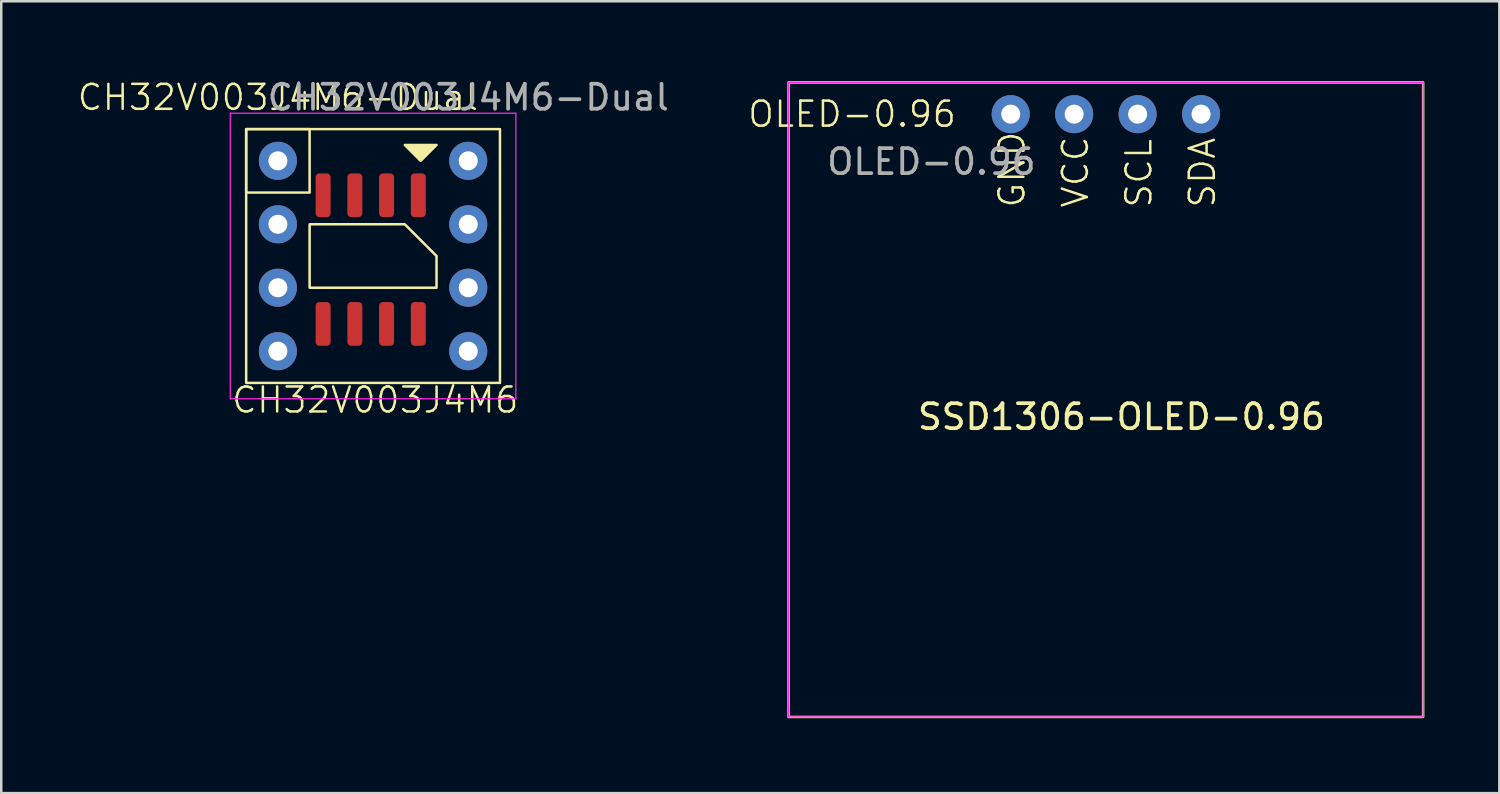
<source format=kicad_pcb>
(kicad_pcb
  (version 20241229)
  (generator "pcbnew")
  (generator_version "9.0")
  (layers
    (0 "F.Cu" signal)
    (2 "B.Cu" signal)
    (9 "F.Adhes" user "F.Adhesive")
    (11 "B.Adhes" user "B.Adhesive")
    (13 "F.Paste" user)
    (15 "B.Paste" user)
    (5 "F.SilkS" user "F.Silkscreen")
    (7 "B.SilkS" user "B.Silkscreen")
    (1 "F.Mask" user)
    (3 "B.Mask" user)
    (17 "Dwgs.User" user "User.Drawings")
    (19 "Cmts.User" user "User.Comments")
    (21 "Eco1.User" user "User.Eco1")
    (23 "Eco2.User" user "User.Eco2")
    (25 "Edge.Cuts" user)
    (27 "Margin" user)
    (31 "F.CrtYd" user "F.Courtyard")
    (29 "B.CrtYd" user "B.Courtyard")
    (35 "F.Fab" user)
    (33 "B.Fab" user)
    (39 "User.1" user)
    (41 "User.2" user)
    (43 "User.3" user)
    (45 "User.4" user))
  (footprint "CH32V003J4M6-Dual"
    (layer "F.Cu")
    (at 8.074 3.388)
    (property "Reference" "CH32V003J4M6-Dual" (at 0 -2.54 0) (unlocked yes) (layer "F.SilkS") (effects (font (size 1 1) (thickness 0.1))))
    (attr through_hole)
    (fp_rect (start -1.27 -1.27) (end 1.27 1.27) (stroke (width 0.1) (type default)) (fill no) (layer "F.SilkS"))
    (fp_rect (start -1.27 -1.27) (end 8.89 8.89) (stroke (width 0.1) (type default)) (fill no) (layer "F.SilkS"))
    (fp_poly (pts (xy 5.715 0) (xy 5.08 -0.635) (xy 6.35 -0.635)) (stroke (width 0.1) (type solid)) (fill yes) (layer "F.SilkS"))
    (fp_poly (pts (xy 1.27 2.54) (xy 5.08 2.54) (xy 6.35 3.81) (xy 6.35 5.08) (xy 1.27 5.08)) (stroke (width 0.1) (type solid)) (fill no) (layer "F.SilkS"))
    (fp_line (start -1.905 -1.905) (end 9.525 -1.905) (stroke (width 0.05) (type default)) (layer "F.CrtYd"))
    (fp_line (start -1.905 9.525) (end -1.905 -1.905) (stroke (width 0.05) (type default)) (layer "F.CrtYd"))
    (fp_line (start 9.525 -1.905) (end 9.525 9.525) (stroke (width 0.05) (type default)) (layer "F.CrtYd"))
    (fp_line (start 9.525 9.525) (end -1.905 9.525) (stroke (width 0.05) (type default)) (layer "F.CrtYd"))
    (fp_text user "CH32V003J4M6" (at -1.905 10.16 0) (unlocked yes) (layer "F.SilkS") (effects (font (size 1 1) (thickness 0.1)) (justify left bottom)))
    (fp_text user "${REFERENCE}" (at 7.62 -2.54 0) (unlocked yes) (layer "F.Fab") (effects (font (size 1 1) (thickness 0.15))))
    (pad "1" thru_hole circle (at 0 0) (size 1.524 1.524) (drill 0.762) (layers "*.Cu" "*.Mask"))
    (pad "1" smd roundrect (at 5.621 1.379 270) (size 1.75 0.6) (layers "F.Cu" "F.Mask" "F.Paste") (roundrect_rratio 0.25))
    (pad "2" thru_hole circle (at 0 2.54) (size 1.524 1.524) (drill 0.762) (layers "*.Cu" "*.Mask"))
    (pad "2" smd roundrect (at 4.351 1.379 270) (size 1.75 0.6) (layers "F.Cu" "F.Mask" "F.Paste") (roundrect_rratio 0.25))
    (pad "3" thru_hole circle (at 0 5.08) (size 1.524 1.524) (drill 0.762) (layers "*.Cu" "*.Mask"))
    (pad "3" smd roundrect (at 3.081 1.379 270) (size 1.75 0.6) (layers "F.Cu" "F.Mask" "F.Paste") (roundrect_rratio 0.25))
    (pad "4" thru_hole circle (at 0 7.62) (size 1.524 1.524) (drill 0.762) (layers "*.Cu" "*.Mask"))
    (pad "4" smd roundrect (at 1.811 1.379 270) (size 1.75 0.6) (layers "F.Cu" "F.Mask" "F.Paste") (roundrect_rratio 0.25))
    (pad "5" smd roundrect (at 1.811 6.529 270) (size 1.75 0.6) (layers "F.Cu" "F.Mask" "F.Paste") (roundrect_rratio 0.25))
    (pad "5" thru_hole circle (at 7.62 7.62) (size 1.524 1.524) (drill 0.762) (layers "*.Cu" "*.Mask"))
    (pad "6" smd roundrect (at 3.081 6.529 270) (size 1.75 0.6) (layers "F.Cu" "F.Mask" "F.Paste") (roundrect_rratio 0.25))
    (pad "6" thru_hole circle (at 7.62 5.08) (size 1.524 1.524) (drill 0.762) (layers "*.Cu" "*.Mask"))
    (pad "7" smd roundrect (at 4.351 6.529 270) (size 1.75 0.6) (layers "F.Cu" "F.Mask" "F.Paste") (roundrect_rratio 0.25))
    (pad "7" thru_hole circle (at 7.62 2.54) (size 1.524 1.524) (drill 0.762) (layers "*.Cu" "*.Mask"))
    (pad "8" smd roundrect (at 5.621 6.529 270) (size 1.75 0.6) (layers "F.Cu" "F.Mask" "F.Paste") (roundrect_rratio 0.25))
    (pad "8" thru_hole circle (at 7.62 0) (size 1.524 1.524) (drill 0.762) (layers "*.Cu" "*.Mask")))
  (footprint "OLED-0.96"
    (layer "F.Cu")
    (at 28.519 0.25)
    (property "Reference" "OLED-0.96" (at 2.54 1.27 0) (unlocked yes) (layer "F.SilkS") (effects (font (size 1 1) (thickness 0.1))))
    (attr through_hole)
    (fp_rect (start 0 0) (end 25.4 25.4) (stroke (width 0.1) (type default)) (fill no) (layer "F.SilkS"))
    (fp_rect (start 0 0) (end 25.4 25.4) (stroke (width 0.05) (type default)) (fill no) (layer "F.CrtYd"))
    (fp_text user "SSD1306-OLED-0.96" (at 5.08 13.97 0) (unlocked yes) (layer "F.SilkS") (effects (font (size 1 1) (thickness 0.15)) (justify left bottom)))
    (fp_text user "GND" (at 9.525 5.08 90) (unlocked yes) (layer "F.SilkS") (effects (font (size 1 1) (thickness 0.1)) (justify left bottom)))
    (fp_text user "SDA" (at 17.145 5.08 90) (unlocked yes) (layer "F.SilkS") (effects (font (size 1 1) (thickness 0.1)) (justify left bottom)))
    (fp_text user "VCC" (at 12.065 5.08 90) (unlocked yes) (layer "F.SilkS") (effects (font (size 1 1) (thickness 0.1)) (justify left bottom)))
    (fp_text user "SCL" (at 14.605 5.08 90) (unlocked yes) (layer "F.SilkS") (effects (font (size 1 1) (thickness 0.1)) (justify left bottom)))
    (fp_text user "${REFERENCE}" (at 5.715 3.175 0) (unlocked yes) (layer "F.Fab") (effects (font (size 1 1) (thickness 0.15))))
    (pad "1" thru_hole circle (at 8.89 1.27) (size 1.524 1.524) (drill 0.762) (layers "*.Cu" "*.Mask"))
    (pad "2" thru_hole circle (at 11.43 1.27) (size 1.524 1.524) (drill 0.762) (layers "*.Cu" "*.Mask"))
    (pad "3" thru_hole circle (at 13.97 1.27) (size 1.524 1.524) (drill 0.762) (layers "*.Cu" "*.Mask"))
    (pad "4" thru_hole circle (at 16.51 1.27) (size 1.524 1.524) (drill 0.762) (layers "*.Cu" "*.Mask")))
  (gr_rect
    (start -3 -3)
    (end 56.969 28.7)
    (stroke (width 0.1) (type default))
    (fill no)
    (layer "Edge.Cuts")))
</source>
